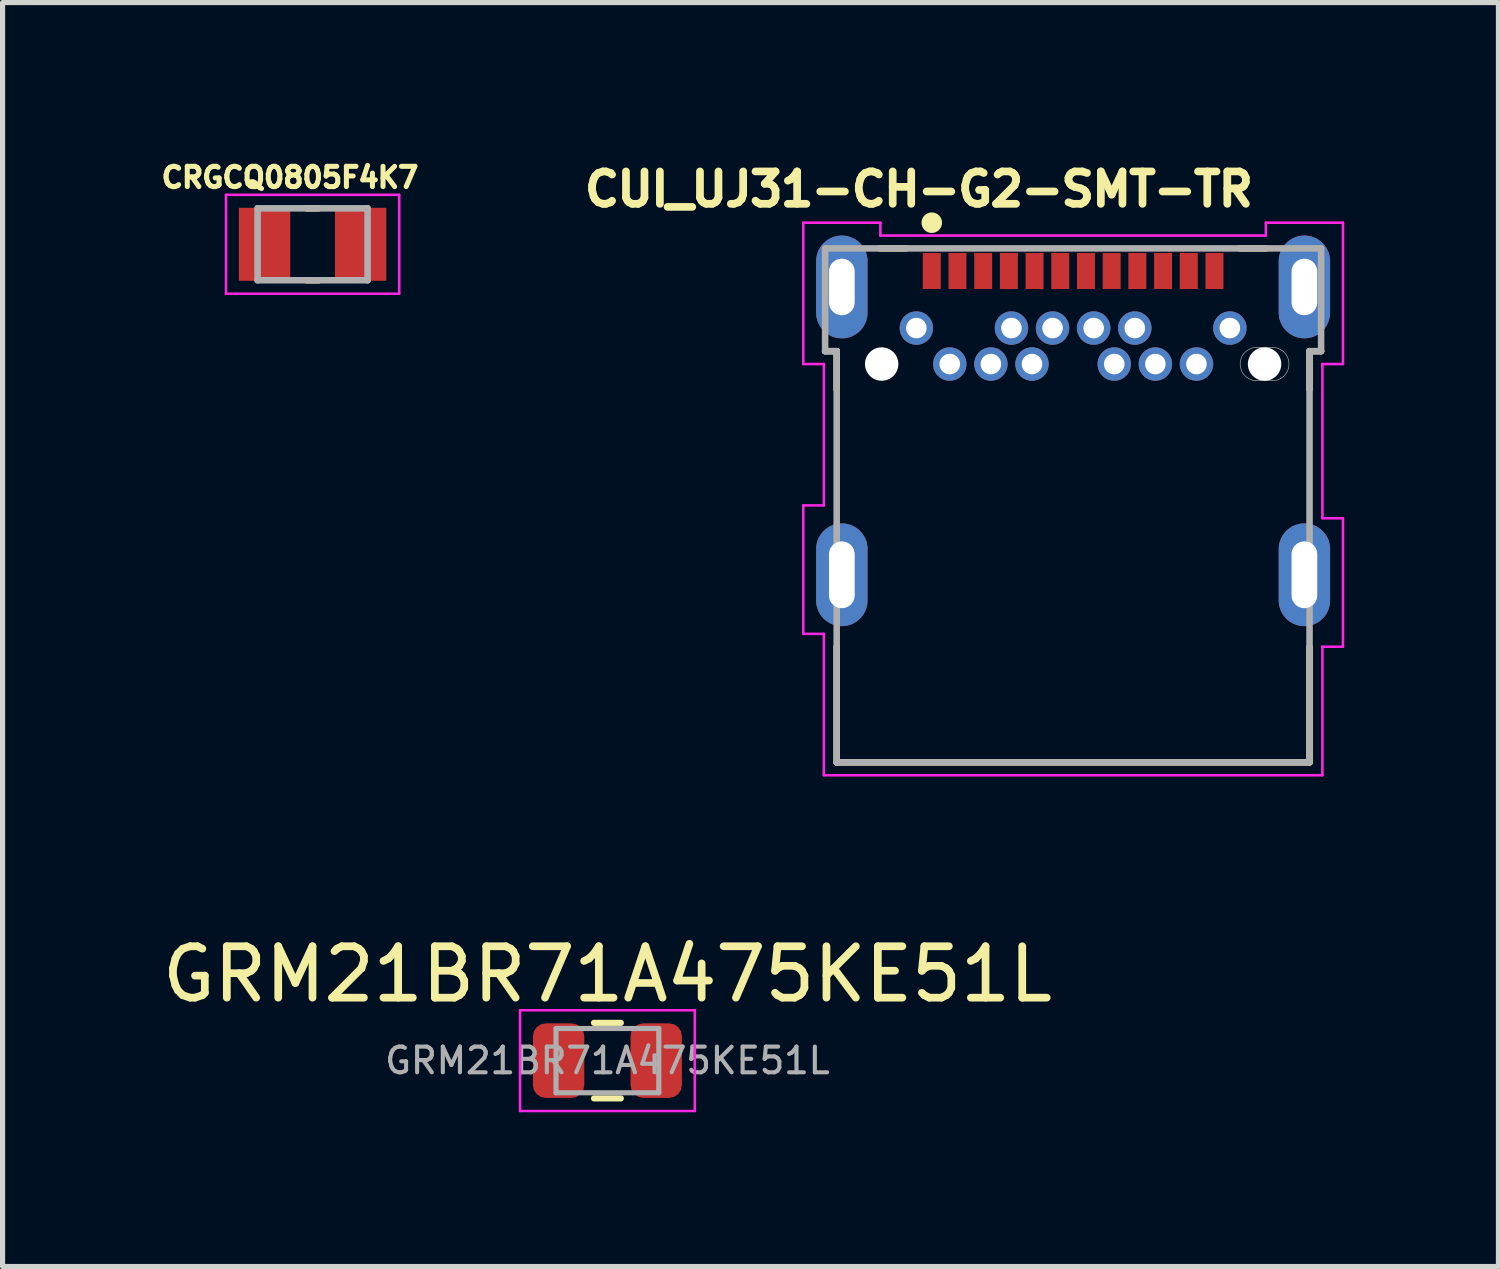
<source format=kicad_pcb>
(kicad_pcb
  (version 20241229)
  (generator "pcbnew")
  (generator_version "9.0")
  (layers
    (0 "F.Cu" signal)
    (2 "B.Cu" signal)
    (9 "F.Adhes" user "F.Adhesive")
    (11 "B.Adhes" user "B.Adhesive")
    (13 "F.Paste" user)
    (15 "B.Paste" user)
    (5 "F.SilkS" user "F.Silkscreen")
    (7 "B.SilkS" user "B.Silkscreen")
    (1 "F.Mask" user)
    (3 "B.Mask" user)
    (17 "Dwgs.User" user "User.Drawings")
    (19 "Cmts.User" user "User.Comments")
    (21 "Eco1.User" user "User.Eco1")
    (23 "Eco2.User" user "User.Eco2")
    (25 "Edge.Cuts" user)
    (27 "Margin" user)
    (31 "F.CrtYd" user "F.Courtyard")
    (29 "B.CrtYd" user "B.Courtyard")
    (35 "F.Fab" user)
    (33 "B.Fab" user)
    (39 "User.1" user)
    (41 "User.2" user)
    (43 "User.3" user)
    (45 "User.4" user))
  (footprint "CRGCQ0805F4K7"
    (layer "F.Cu")
    (at 3.032 1.703)
    (property "Reference" "CRGCQ0805F4K7" (at -0.44 -1.3 0) (layer "F.SilkS") (effects (font (size 0.394 0.394) (thickness 0.098))))
    (attr smd)
    (fp_line (start -0.12 -0.7) (end 0.12 -0.7) (stroke (width 0.127) (type solid)) (layer "F.SilkS"))
    (fp_line (start -0.12 0.7) (end 0.12 0.7) (stroke (width 0.127) (type solid)) (layer "F.SilkS"))
    (fp_line (start -1.685 -0.962) (end 1.685 -0.962) (stroke (width 0.05) (type solid)) (layer "F.CrtYd"))
    (fp_line (start -1.685 0.962) (end -1.685 -0.962) (stroke (width 0.05) (type solid)) (layer "F.CrtYd"))
    (fp_line (start -1.685 0.962) (end 1.685 0.962) (stroke (width 0.05) (type solid)) (layer "F.CrtYd"))
    (fp_line (start 1.685 0.962) (end 1.685 -0.962) (stroke (width 0.05) (type solid)) (layer "F.CrtYd"))
    (fp_line (start -1.07 0.7) (end -1.07 -0.7) (stroke (width 0.127) (type solid)) (layer "F.Fab"))
    (fp_line (start 1.07 -0.7) (end -1.07 -0.7) (stroke (width 0.127) (type solid)) (layer "F.Fab"))
    (fp_line (start 1.07 0.7) (end -1.07 0.7) (stroke (width 0.127) (type solid)) (layer "F.Fab"))
    (fp_line (start 1.07 0.7) (end 1.07 -0.7) (stroke (width 0.127) (type solid)) (layer "F.Fab"))
    (pad "1" smd rect (at -0.935 0) (size 1 1.42) (layers "F.Cu" "F.Mask" "F.Paste"))
    (pad "2" smd rect (at 0.935 0) (size 1 1.42) (layers "F.Cu" "F.Mask" "F.Paste")))
  (footprint "GRM21BR71A475KE51L"
    (layer "F.Cu")
    (at 8.768 17.586)
    (property "Reference" "GRM21BR71A475KE51L" (at 0 -1.68 0) (layer "F.SilkS") (effects (font (size 1 1) (thickness 0.15))))
    (attr smd)
    (fp_line (start -0.261 -0.735) (end 0.261 -0.735) (stroke (width 0.12) (type solid)) (layer "F.SilkS"))
    (fp_line (start -0.261 0.735) (end 0.261 0.735) (stroke (width 0.12) (type solid)) (layer "F.SilkS"))
    (fp_line (start -1.7 -0.98) (end 1.7 -0.98) (stroke (width 0.05) (type solid)) (layer "F.CrtYd"))
    (fp_line (start -1.7 0.98) (end -1.7 -0.98) (stroke (width 0.05) (type solid)) (layer "F.CrtYd"))
    (fp_line (start 1.7 -0.98) (end 1.7 0.98) (stroke (width 0.05) (type solid)) (layer "F.CrtYd"))
    (fp_line (start 1.7 0.98) (end -1.7 0.98) (stroke (width 0.05) (type solid)) (layer "F.CrtYd"))
    (fp_line (start -1 -0.625) (end 1 -0.625) (stroke (width 0.1) (type solid)) (layer "F.Fab"))
    (fp_line (start -1 0.625) (end -1 -0.625) (stroke (width 0.1) (type solid)) (layer "F.Fab"))
    (fp_line (start 1 -0.625) (end 1 0.625) (stroke (width 0.1) (type solid)) (layer "F.Fab"))
    (fp_line (start 1 0.625) (end -1 0.625) (stroke (width 0.1) (type solid)) (layer "F.Fab"))
    (fp_text user "${REFERENCE}" (at 0 0 0) (layer "F.Fab") (effects (font (size 0.5 0.5) (thickness 0.08))))
    (pad "1" smd roundrect (at -0.95 0) (size 1 1.45) (layers "F.Cu" "F.Mask" "F.Paste") (roundrect_rratio 0.25))
    (pad "2" smd roundrect (at 0.95 0) (size 1 1.45) (layers "F.Cu" "F.Mask" "F.Paste") (roundrect_rratio 0.25)))
  (footprint "CUI_UJ31-CH-G2-SMT-TR"
    (layer "F.Cu")
    (at 15.079 2.223)
    (property "Reference" "CUI_UJ31-CH-G2-SMT-TR" (at -0.25 -1.591 0) (layer "F.SilkS") (effects (font (size 0.63 0.63) (thickness 0.15))))
    (attr through_hole)
    (fp_line (start -2.075 1.56) (end -1.85 1.56) (stroke (width 0.127) (type solid)) (layer "F.SilkS"))
    (fp_line (start -1.85 1.56) (end -1.85 2.31) (stroke (width 0.127) (type solid)) (layer "F.SilkS"))
    (fp_line (start -1.85 9.56) (end -1.85 7.31) (stroke (width 0.127) (type solid)) (layer "F.SilkS"))
    (fp_line (start -1 -0.44) (end -0.5 -0.44) (stroke (width 0.127) (type solid)) (layer "F.SilkS"))
    (fp_line (start 6 -0.44) (end 6.5 -0.44) (stroke (width 0.127) (type solid)) (layer "F.SilkS"))
    (fp_line (start 7.35 1.56) (end 7.35 2.31) (stroke (width 0.127) (type solid)) (layer "F.SilkS"))
    (fp_line (start 7.35 7.31) (end 7.35 9.56) (stroke (width 0.127) (type solid)) (layer "F.SilkS"))
    (fp_line (start 7.35 9.56) (end -1.85 9.56) (stroke (width 0.127) (type solid)) (layer "F.SilkS"))
    (fp_line (start 7.575 1.56) (end 7.35 1.56) (stroke (width 0.127) (type solid)) (layer "F.SilkS"))
    (fp_circle (center 0 -0.94) (end 0.1 -0.94) (stroke (width 0.2) (type solid)) (fill no) (layer "F.SilkS"))
    (fp_line (start 6.325 1.485) (end 6.625 1.485) (stroke (width 0.01) (type solid)) (layer "Edge.Cuts"))
    (fp_line (start 6.325 2.135) (end 6.625 2.135) (stroke (width 0.01) (type solid)) (layer "Edge.Cuts"))
    (fp_arc (start 6.325 2.135) (mid 6 1.81) (end 6.325 1.485) (stroke (width 0.01) (type solid)) (layer "Edge.Cuts"))
    (fp_arc (start 6.625 1.485) (mid 6.95 1.81) (end 6.625 2.135) (stroke (width 0.01) (type solid)) (layer "Edge.Cuts"))
    (fp_line (start -2.5 -0.94) (end -1 -0.94) (stroke (width 0.05) (type solid)) (layer "F.CrtYd"))
    (fp_line (start -2.5 1.81) (end -2.5 -0.94) (stroke (width 0.05) (type solid)) (layer "F.CrtYd"))
    (fp_line (start -2.5 4.56) (end -2.1 4.56) (stroke (width 0.05) (type solid)) (layer "F.CrtYd"))
    (fp_line (start -2.5 7.06) (end -2.5 4.56) (stroke (width 0.05) (type solid)) (layer "F.CrtYd"))
    (fp_line (start -2.1 1.81) (end -2.5 1.81) (stroke (width 0.05) (type solid)) (layer "F.CrtYd"))
    (fp_line (start -2.1 4.56) (end -2.1 1.81) (stroke (width 0.05) (type solid)) (layer "F.CrtYd"))
    (fp_line (start -2.1 7.06) (end -2.5 7.06) (stroke (width 0.05) (type solid)) (layer "F.CrtYd"))
    (fp_line (start -2.1 9.81) (end -2.1 7.06) (stroke (width 0.05) (type solid)) (layer "F.CrtYd"))
    (fp_line (start -1 -0.94) (end -1 -0.69) (stroke (width 0.05) (type solid)) (layer "F.CrtYd"))
    (fp_line (start -1 -0.69) (end 6.5 -0.69) (stroke (width 0.05) (type solid)) (layer "F.CrtYd"))
    (fp_line (start 6.5 -0.94) (end 8 -0.94) (stroke (width 0.05) (type solid)) (layer "F.CrtYd"))
    (fp_line (start 6.5 -0.69) (end 6.5 -0.94) (stroke (width 0.05) (type solid)) (layer "F.CrtYd"))
    (fp_line (start 7.6 1.81) (end 7.6 4.81) (stroke (width 0.05) (type solid)) (layer "F.CrtYd"))
    (fp_line (start 7.6 4.81) (end 8 4.81) (stroke (width 0.05) (type solid)) (layer "F.CrtYd"))
    (fp_line (start 7.6 7.31) (end 7.6 9.81) (stroke (width 0.05) (type solid)) (layer "F.CrtYd"))
    (fp_line (start 7.6 9.81) (end -2.1 9.81) (stroke (width 0.05) (type solid)) (layer "F.CrtYd"))
    (fp_line (start 8 -0.94) (end 8 1.81) (stroke (width 0.05) (type solid)) (layer "F.CrtYd"))
    (fp_line (start 8 1.81) (end 7.6 1.81) (stroke (width 0.05) (type solid)) (layer "F.CrtYd"))
    (fp_line (start 8 4.81) (end 8 7.31) (stroke (width 0.05) (type solid)) (layer "F.CrtYd"))
    (fp_line (start 8 7.31) (end 7.6 7.31) (stroke (width 0.05) (type solid)) (layer "F.CrtYd"))
    (fp_line (start -2.075 -0.44) (end 7.575 -0.44) (stroke (width 0.127) (type solid)) (layer "F.Fab"))
    (fp_line (start -2.075 1.56) (end -2.075 -0.44) (stroke (width 0.127) (type solid)) (layer "F.Fab"))
    (fp_line (start -1.85 1.56) (end -2.075 1.56) (stroke (width 0.127) (type solid)) (layer "F.Fab"))
    (fp_line (start -1.85 9.56) (end -1.85 1.56) (stroke (width 0.127) (type solid)) (layer "F.Fab"))
    (fp_line (start 7.35 1.56) (end 7.35 9.56) (stroke (width 0.127) (type solid)) (layer "F.Fab"))
    (fp_line (start 7.35 9.56) (end -1.85 9.56) (stroke (width 0.127) (type solid)) (layer "F.Fab"))
    (fp_line (start 7.575 -0.44) (end 7.575 1.56) (stroke (width 0.127) (type solid)) (layer "F.Fab"))
    (fp_line (start 7.575 1.56) (end 7.35 1.56) (stroke (width 0.127) (type solid)) (layer "F.Fab"))
    (pad "" np_thru_hole circle (at -0.975 1.81) (size 0.65 0.65) (drill 0.65) (layers "*.Cu" "*.Mask"))
    (pad "" np_thru_hole circle (at 6.475 1.81) (size 0.65 0.65) (drill 0.65) (layers "*.Cu" "*.Mask"))
    (pad "A1" smd rect (at 0 0) (size 0.35 0.7) (layers "F.Cu" "F.Mask" "F.Paste"))
    (pad "A2" smd rect (at 0.5 0) (size 0.35 0.7) (layers "F.Cu" "F.Mask" "F.Paste"))
    (pad "A3" smd rect (at 1 0) (size 0.35 0.7) (layers "F.Cu" "F.Mask" "F.Paste"))
    (pad "A4" smd rect (at 1.5 0) (size 0.35 0.7) (layers "F.Cu" "F.Mask" "F.Paste"))
    (pad "A5" smd rect (at 2 0) (size 0.35 0.7) (layers "F.Cu" "F.Mask" "F.Paste"))
    (pad "A6" smd rect (at 2.5 0) (size 0.35 0.7) (layers "F.Cu" "F.Mask" "F.Paste"))
    (pad "A7" smd rect (at 3 0) (size 0.35 0.7) (layers "F.Cu" "F.Mask" "F.Paste"))
    (pad "A8" smd rect (at 3.5 0) (size 0.35 0.7) (layers "F.Cu" "F.Mask" "F.Paste"))
    (pad "A9" smd rect (at 4 0) (size 0.35 0.7) (layers "F.Cu" "F.Mask" "F.Paste"))
    (pad "A10" smd rect (at 4.5 0) (size 0.35 0.7) (layers "F.Cu" "F.Mask" "F.Paste"))
    (pad "A11" smd rect (at 5 0) (size 0.35 0.7) (layers "F.Cu" "F.Mask" "F.Paste"))
    (pad "A12" smd rect (at 5.5 0) (size 0.35 0.7) (layers "F.Cu" "F.Mask" "F.Paste"))
    (pad "B1" thru_hole circle (at 5.8 1.11) (size 0.65 0.65) (drill 0.4) (layers "*.Cu" "*.Mask"))
    (pad "B2" thru_hole circle (at 5.15 1.81) (size 0.65 0.65) (drill 0.4) (layers "*.Cu" "*.Mask"))
    (pad "B3" thru_hole circle (at 4.35 1.81) (size 0.65 0.65) (drill 0.4) (layers "*.Cu" "*.Mask"))
    (pad "B4" thru_hole circle (at 3.95 1.11) (size 0.65 0.65) (drill 0.4) (layers "*.Cu" "*.Mask"))
    (pad "B5" thru_hole circle (at 3.55 1.81) (size 0.65 0.65) (drill 0.4) (layers "*.Cu" "*.Mask"))
    (pad "B6" thru_hole circle (at 3.15 1.11) (size 0.65 0.65) (drill 0.4) (layers "*.Cu" "*.Mask"))
    (pad "B7" thru_hole circle (at 2.35 1.11) (size 0.65 0.65) (drill 0.4) (layers "*.Cu" "*.Mask"))
    (pad "B8" thru_hole circle (at 1.95 1.81) (size 0.65 0.65) (drill 0.4) (layers "*.Cu" "*.Mask"))
    (pad "B9" thru_hole circle (at 1.55 1.11) (size 0.65 0.65) (drill 0.4) (layers "*.Cu" "*.Mask"))
    (pad "B10" thru_hole circle (at 1.15 1.81) (size 0.65 0.65) (drill 0.4) (layers "*.Cu" "*.Mask"))
    (pad "B11" thru_hole circle (at 0.35 1.81) (size 0.65 0.65) (drill 0.4) (layers "*.Cu" "*.Mask"))
    (pad "B12" thru_hole circle (at -0.3 1.11) (size 0.65 0.65) (drill 0.4) (layers "*.Cu" "*.Mask"))
    (pad "SH1" thru_hole oval (at -1.75 0.31) (size 1 2) (drill oval 0.5 1.1) (layers "*.Cu" "*.Mask"))
    (pad "SH2" thru_hole oval (at 7.25 0.31) (size 1 2) (drill oval 0.5 1.1) (layers "*.Cu" "*.Mask"))
    (pad "SH3" thru_hole oval (at -1.75 5.91) (size 1 2) (drill oval 0.5 1.3) (layers "*.Cu" "*.Mask"))
    (pad "SH4" thru_hole oval (at 7.25 5.91) (size 1 2) (drill oval 0.5 1.3) (layers "*.Cu" "*.Mask"))
    (zone (net_name "") (layer "F.Cu") (hatch full 0.508) (connect_pads) (min_thickness 0) (filled_areas_thickness no) (keepout (tracks not_allowed) (vias not_allowed) (pads not_allowed) (copperpour not_allowed) (footprints allowed)) (placement (enabled no)) (fill) (polygon (pts (xy 13.229 4.783) (xy 22.429 4.783) (xy 22.429 6.883) (xy 21.579 6.883) (xy 21.579 9.283) (xy 14.079 9.283) (xy 14.079 6.883) (xy 13.229 6.883))))
    (zone (net_name "") (layer "B.Cu") (hatch full 0.508) (connect_pads) (min_thickness 0) (filled_areas_thickness no) (keepout (tracks not_allowed) (vias not_allowed) (pads not_allowed) (copperpour not_allowed) (footprints allowed)) (placement (enabled no)) (fill) (polygon (pts (xy 13.229 4.783) (xy 22.429 4.783) (xy 22.429 6.883) (xy 21.579 6.883) (xy 21.579 9.283) (xy 14.079 9.283) (xy 14.079 6.883) (xy 13.229 6.883)))))
  (gr_rect
    (start -3 -3)
    (end 26.104 21.591)
    (stroke (width 0.1) (type default))
    (fill no)
    (layer "Edge.Cuts")))
</source>
